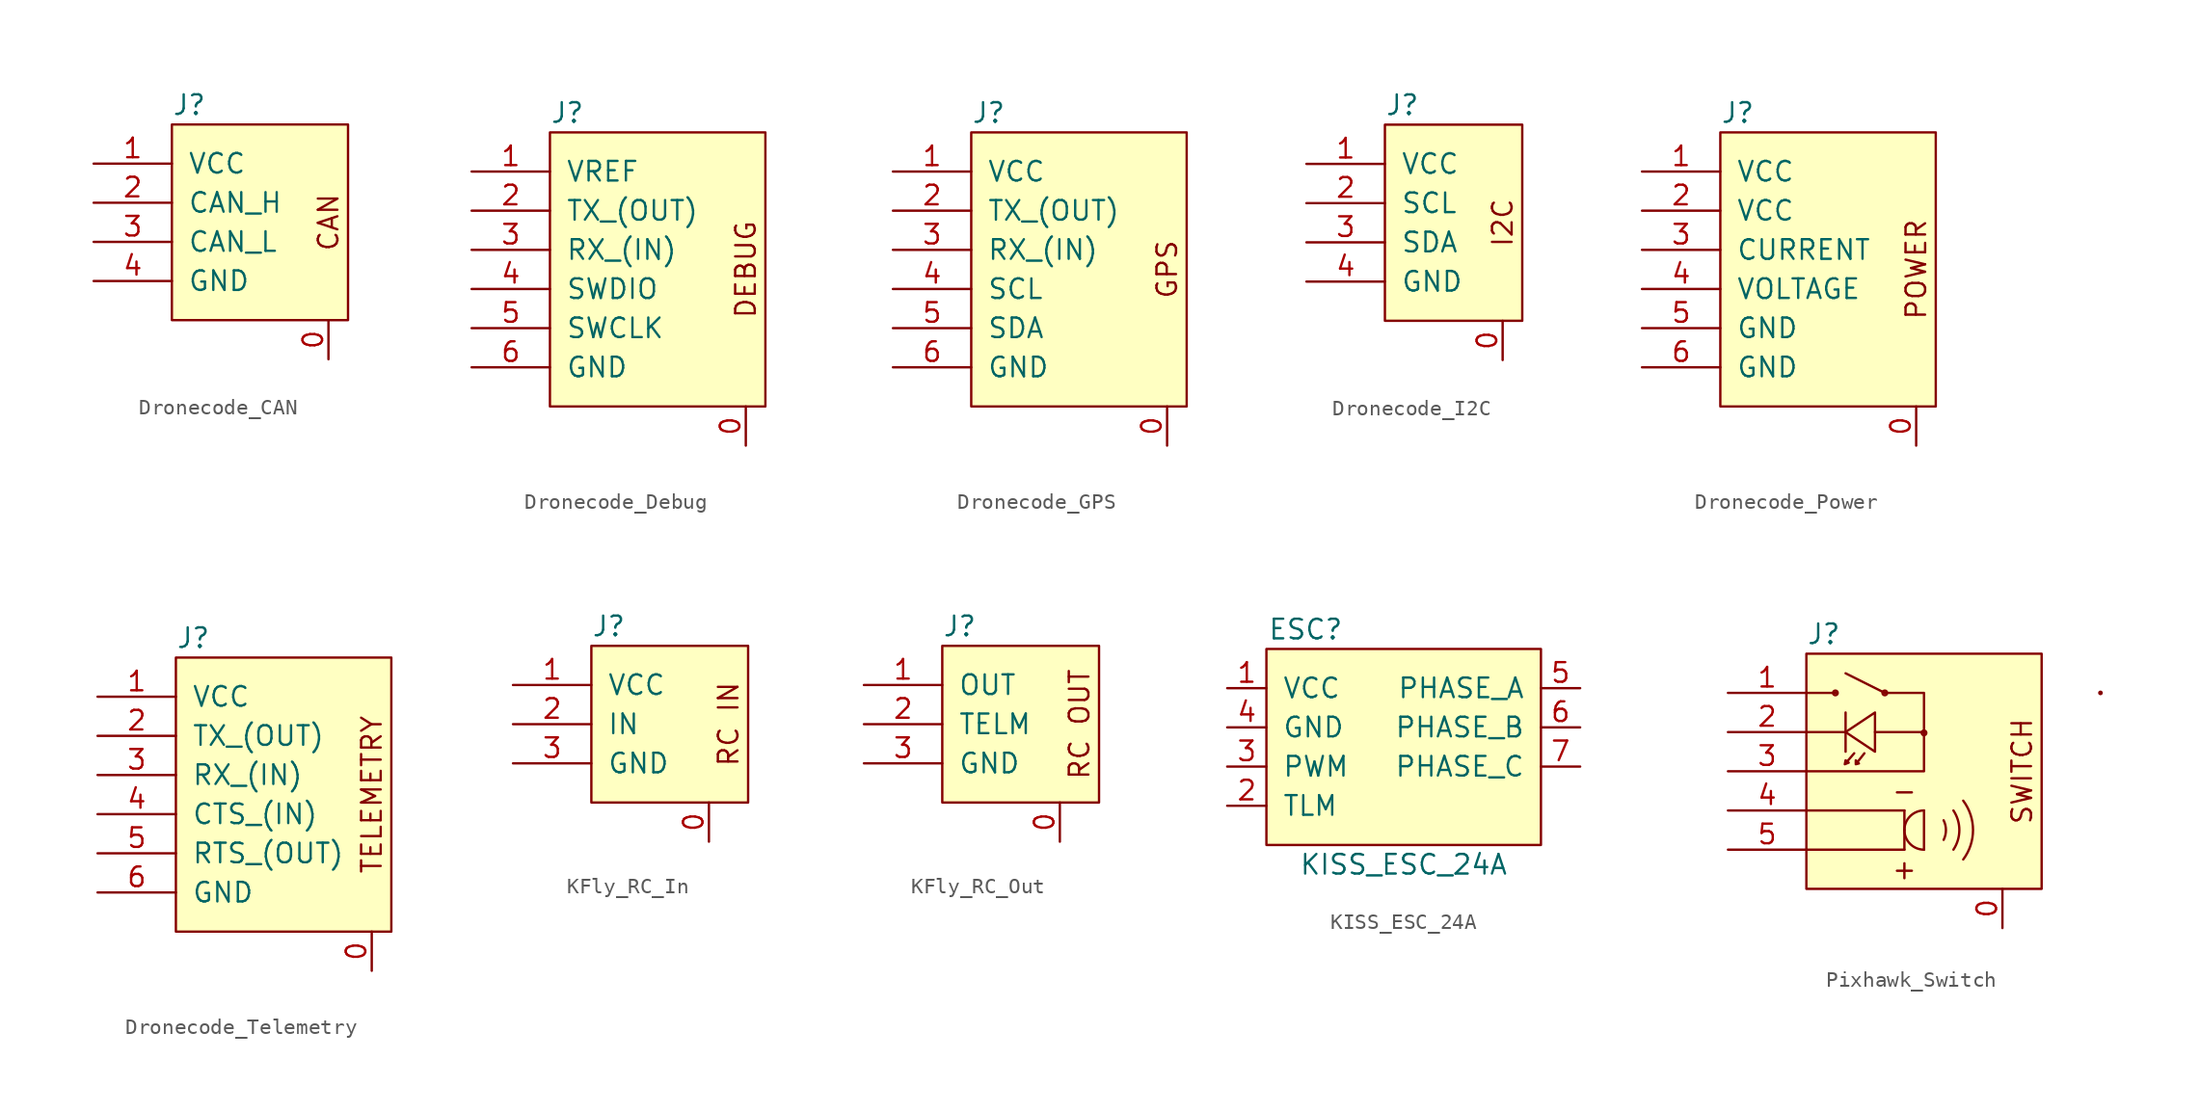
<source format=kicad_sym>
(kicad_symbol_lib
  (version 20211014)
  (generator kicad_symbol_editor)
  (symbol "Dronecode_CAN"
    (pin_names
      (offset 1.016))
    (property "Reference" "J"
      (at 0 1.27 0)
      (effects (font (size 1.27 1.27)) (justify left)))
    (symbol "Dronecode_CAN_0_0"
      (text "CAN" (at 10.16 -6.35 900) (effects (font (size 1.27 1.27)))))
    (symbol "Dronecode_CAN_0_1"
      (rectangle (start 0 0) (end 11.43 -12.7) (stroke (width 0) (type default) (color 0 0 0 0)) (fill (type background))))
    (symbol "Dronecode_CAN_1_1"
      (pin passive line (at 10.16 -15.24 90) (length 2.54) (name "~" (effects (font (size 1.27 1.27)))) (number "0" (effects (font (size 1.27 1.27)))))
      (pin power_in line (at -5.08 -2.54 0) (length 5.08) (name "VCC" (effects (font (size 1.27 1.27)))) (number "1" (effects (font (size 1.27 1.27)))))
      (pin bidirectional line (at -5.08 -5.08 0) (length 5.08) (name "CAN_H" (effects (font (size 1.27 1.27)))) (number "2" (effects (font (size 1.27 1.27)))))
      (pin bidirectional line (at -5.08 -7.62 0) (length 5.08) (name "CAN_L" (effects (font (size 1.27 1.27)))) (number "3" (effects (font (size 1.27 1.27)))))
      (pin power_in line (at -5.08 -10.16 0) (length 5.08) (name "GND" (effects (font (size 1.27 1.27)))) (number "4" (effects (font (size 1.27 1.27)))))))
  (symbol "Dronecode_Debug"
    (pin_names
      (offset 1.016))
    (property "Reference" "J"
      (at 0 1.27 0)
      (effects (font (size 1.27 1.27)) (justify left)))
    (symbol "Dronecode_Debug_1_0"
      (rectangle (start 0 0) (end 13.97 -17.78) (stroke (width 0) (type default) (color 0 0 0 0)) (fill (type background)))
      (text "DEBUG" (at 12.7 -8.89 900) (effects (font (size 1.27 1.27)))))
    (symbol "Dronecode_Debug_1_1"
      (pin passive line (at 12.7 -20.32 90) (length 2.54) (name "~" (effects (font (size 1.27 1.27)))) (number "0" (effects (font (size 1.27 1.27)))))
      (pin power_in line (at -5.08 -2.54 0) (length 5.08) (name "VREF" (effects (font (size 1.27 1.27)))) (number "1" (effects (font (size 1.27 1.27)))))
      (pin input line (at -5.08 -5.08 0) (length 5.08) (name "TX_(OUT)" (effects (font (size 1.27 1.27)))) (number "2" (effects (font (size 1.27 1.27)))))
      (pin output line (at -5.08 -7.62 0) (length 5.08) (name "RX_(IN)" (effects (font (size 1.27 1.27)))) (number "3" (effects (font (size 1.27 1.27)))))
      (pin bidirectional line (at -5.08 -10.16 0) (length 5.08) (name "SWDIO" (effects (font (size 1.27 1.27)))) (number "4" (effects (font (size 1.27 1.27)))))
      (pin output line (at -5.08 -12.7 0) (length 5.08) (name "SWCLK" (effects (font (size 1.27 1.27)))) (number "5" (effects (font (size 1.27 1.27)))))
      (pin power_in line (at -5.08 -15.24 0) (length 5.08) (name "GND" (effects (font (size 1.27 1.27)))) (number "6" (effects (font (size 1.27 1.27)))))))
  (symbol "Dronecode_GPS"
    (pin_names
      (offset 1.016))
    (property "Reference" "J"
      (at 0 1.27 0)
      (effects (font (size 1.27 1.27)) (justify left)))
    (symbol "Dronecode_GPS_0_0"
      (rectangle (start 0 0) (end 13.97 -17.78) (stroke (width 0) (type default) (color 0 0 0 0)) (fill (type background)))
      (text "GPS" (at 12.7 -8.89 900) (effects (font (size 1.27 1.27)))))
    (symbol "Dronecode_GPS_1_1"
      (pin passive line (at 12.7 -20.32 90) (length 2.54) (name "~" (effects (font (size 1.27 1.27)))) (number "0" (effects (font (size 1.27 1.27)))))
      (pin power_in line (at -5.08 -2.54 0) (length 5.08) (name "VCC" (effects (font (size 1.27 1.27)))) (number "1" (effects (font (size 1.27 1.27)))))
      (pin input line (at -5.08 -5.08 0) (length 5.08) (name "TX_(OUT)" (effects (font (size 1.27 1.27)))) (number "2" (effects (font (size 1.27 1.27)))))
      (pin output line (at -5.08 -7.62 0) (length 5.08) (name "RX_(IN)" (effects (font (size 1.27 1.27)))) (number "3" (effects (font (size 1.27 1.27)))))
      (pin input line (at -5.08 -10.16 0) (length 5.08) (name "SCL" (effects (font (size 1.27 1.27)))) (number "4" (effects (font (size 1.27 1.27)))))
      (pin bidirectional line (at -5.08 -12.7 0) (length 5.08) (name "SDA" (effects (font (size 1.27 1.27)))) (number "5" (effects (font (size 1.27 1.27)))))
      (pin power_in line (at -5.08 -15.24 0) (length 5.08) (name "GND" (effects (font (size 1.27 1.27)))) (number "6" (effects (font (size 1.27 1.27)))))))
  (symbol "Dronecode_I2C"
    (pin_names
      (offset 1.016))
    (property "Reference" "J"
      (at 0 1.27 0)
      (effects (font (size 1.27 1.27)) (justify left)))
    (symbol "Dronecode_I2C_1_0"
      (rectangle (start 0 0) (end 8.89 -12.7) (stroke (width 0) (type default) (color 0 0 0 0)) (fill (type background)))
      (text "I2C" (at 7.62 -6.35 900) (effects (font (size 1.27 1.27)))))
    (symbol "Dronecode_I2C_1_1"
      (pin passive line (at 7.62 -15.24 90) (length 2.54) (name "~" (effects (font (size 1.27 1.27)))) (number "0" (effects (font (size 1.27 1.27)))))
      (pin power_in line (at -5.08 -2.54 0) (length 5.08) (name "VCC" (effects (font (size 1.27 1.27)))) (number "1" (effects (font (size 1.27 1.27)))))
      (pin input line (at -5.08 -5.08 0) (length 5.08) (name "SCL" (effects (font (size 1.27 1.27)))) (number "2" (effects (font (size 1.27 1.27)))))
      (pin bidirectional line (at -5.08 -7.62 0) (length 5.08) (name "SDA" (effects (font (size 1.27 1.27)))) (number "3" (effects (font (size 1.27 1.27)))))
      (pin power_in line (at -5.08 -10.16 0) (length 5.08) (name "GND" (effects (font (size 1.27 1.27)))) (number "4" (effects (font (size 1.27 1.27)))))))
  (symbol "Dronecode_Power"
    (pin_names
      (offset 1.016))
    (property "Reference" "J"
      (at 0 1.27 0)
      (effects (font (size 1.27 1.27)) (justify left)))
    (symbol "Dronecode_Power_1_0"
      (rectangle (start 0 0) (end 13.97 -17.78) (stroke (width 0) (type default) (color 0 0 0 0)) (fill (type background)))
      (text "POWER" (at 12.7 -8.89 900) (effects (font (size 1.27 1.27)))))
    (symbol "Dronecode_Power_1_1"
      (pin passive line (at 12.7 -20.32 90) (length 2.54) (name "~" (effects (font (size 1.27 1.27)))) (number "0" (effects (font (size 1.27 1.27)))))
      (pin power_in line (at -5.08 -2.54 0) (length 5.08) (name "VCC" (effects (font (size 1.27 1.27)))) (number "1" (effects (font (size 1.27 1.27)))))
      (pin power_in line (at -5.08 -5.08 0) (length 5.08) (name "VCC" (effects (font (size 1.27 1.27)))) (number "2" (effects (font (size 1.27 1.27)))))
      (pin output line (at -5.08 -7.62 0) (length 5.08) (name "CURRENT" (effects (font (size 1.27 1.27)))) (number "3" (effects (font (size 1.27 1.27)))))
      (pin output line (at -5.08 -10.16 0) (length 5.08) (name "VOLTAGE" (effects (font (size 1.27 1.27)))) (number "4" (effects (font (size 1.27 1.27)))))
      (pin power_in line (at -5.08 -12.7 0) (length 5.08) (name "GND" (effects (font (size 1.27 1.27)))) (number "5" (effects (font (size 1.27 1.27)))))
      (pin power_in line (at -5.08 -15.24 0) (length 5.08) (name "GND" (effects (font (size 1.27 1.27)))) (number "6" (effects (font (size 1.27 1.27)))))))
  (symbol "Dronecode_Telemetry"
    (pin_names
      (offset 1.016))
    (property "Reference" "J"
      (at 0 1.27 0)
      (effects (font (size 1.27 1.27)) (justify left)))
    (symbol "Dronecode_Telemetry_1_0"
      (rectangle (start 0 0) (end 13.97 -17.78) (stroke (width 0) (type default) (color 0 0 0 0)) (fill (type background)))
      (text "TELEMETRY" (at 12.7 -8.89 900) (effects (font (size 1.27 1.27)))))
    (symbol "Dronecode_Telemetry_1_1"
      (pin passive line (at 12.7 -20.32 90) (length 2.54) (name "~" (effects (font (size 1.27 1.27)))) (number "0" (effects (font (size 1.27 1.27)))))
      (pin power_in line (at -5.08 -2.54 0) (length 5.08) (name "VCC" (effects (font (size 1.27 1.27)))) (number "1" (effects (font (size 1.27 1.27)))))
      (pin input line (at -5.08 -5.08 0) (length 5.08) (name "TX_(OUT)" (effects (font (size 1.27 1.27)))) (number "2" (effects (font (size 1.27 1.27)))))
      (pin output line (at -5.08 -7.62 0) (length 5.08) (name "RX_(IN)" (effects (font (size 1.27 1.27)))) (number "3" (effects (font (size 1.27 1.27)))))
      (pin output line (at -5.08 -10.16 0) (length 5.08) (name "CTS_(IN)" (effects (font (size 1.27 1.27)))) (number "4" (effects (font (size 1.27 1.27)))))
      (pin input line (at -5.08 -12.7 0) (length 5.08) (name "RTS_(OUT)" (effects (font (size 1.27 1.27)))) (number "5" (effects (font (size 1.27 1.27)))))
      (pin power_in line (at -5.08 -15.24 0) (length 5.08) (name "GND" (effects (font (size 1.27 1.27)))) (number "6" (effects (font (size 1.27 1.27)))))))
  (symbol "KFly_RC_In"
    (pin_names
      (offset 1.016))
    (property "Reference" "J"
      (at 0 1.27 0)
      (effects (font (size 1.27 1.27)) (justify left)))
    (symbol "KFly_RC_In_1_0"
      (rectangle (start 0 0) (end 10.16 -10.16) (stroke (width 0) (type default) (color 0 0 0 0)) (fill (type background)))
      (text "RC IN" (at 8.89 -5.08 900) (effects (font (size 1.27 1.27)))))
    (symbol "KFly_RC_In_1_1"
      (pin passive line (at 7.62 -12.7 90) (length 2.54) (name "~" (effects (font (size 1.27 1.27)))) (number "0" (effects (font (size 1.27 1.27)))))
      (pin power_in line (at -5.08 -2.54 0) (length 5.08) (name "VCC" (effects (font (size 1.27 1.27)))) (number "1" (effects (font (size 1.27 1.27)))))
      (pin output line (at -5.08 -5.08 0) (length 5.08) (name "IN" (effects (font (size 1.27 1.27)))) (number "2" (effects (font (size 1.27 1.27)))))
      (pin power_in line (at -5.08 -7.62 0) (length 5.08) (name "GND" (effects (font (size 1.27 1.27)))) (number "3" (effects (font (size 1.27 1.27)))))))
  (symbol "KFly_RC_Out"
    (pin_names
      (offset 1.016))
    (property "Reference" "J"
      (at 0 1.27 0)
      (effects (font (size 1.27 1.27)) (justify left)))
    (symbol "KFly_RC_Out_1_0"
      (rectangle (start 0 0) (end 10.16 -10.16) (stroke (width 0) (type default) (color 0 0 0 0)) (fill (type background)))
      (text "RC OUT" (at 8.89 -5.08 900) (effects (font (size 1.27 1.27)))))
    (symbol "KFly_RC_Out_1_1"
      (pin passive line (at 7.62 -12.7 90) (length 2.54) (name "~" (effects (font (size 1.27 1.27)))) (number "0" (effects (font (size 1.27 1.27)))))
      (pin input line (at -5.08 -2.54 0) (length 5.08) (name "OUT" (effects (font (size 1.27 1.27)))) (number "1" (effects (font (size 1.27 1.27)))))
      (pin passive line (at -5.08 -5.08 0) (length 5.08) (name "TELM" (effects (font (size 1.27 1.27)))) (number "2" (effects (font (size 1.27 1.27)))))
      (pin power_in line (at -5.08 -7.62 0) (length 5.08) (name "GND" (effects (font (size 1.27 1.27)))) (number "3" (effects (font (size 1.27 1.27)))))))
  (symbol "KISS_ESC_24A"
    (pin_names
      (offset 1.016))
    (property "Reference" "ESC"
      (at 2.54 1.27 0)
      (effects (font (size 1.27 1.27))))
    (property "Value" "KISS_ESC_24A"
      (at 8.89 -13.97 0)
      (effects (font (size 1.27 1.27))))
    (symbol "KISS_ESC_24A_0_1"
      (rectangle (start 0 0) (end 17.78 -12.7) (stroke (width 0) (type default) (color 0 0 0 0)) (fill (type background))))
    (symbol "KISS_ESC_24A_1_1"
      (pin power_in line (at -2.54 -2.54 0) (length 2.54) (name "VCC" (effects (font (size 1.27 1.27)))) (number "1" (effects (font (size 1.27 1.27)))))
      (pin open_collector line (at -2.54 -10.16 0) (length 2.54) (name "TLM" (effects (font (size 1.27 1.27)))) (number "2" (effects (font (size 1.27 1.27)))))
      (pin input line (at -2.54 -7.62 0) (length 2.54) (name "PWM" (effects (font (size 1.27 1.27)))) (number "3" (effects (font (size 1.27 1.27)))))
      (pin power_in line (at -2.54 -5.08 0) (length 2.54) (name "GND" (effects (font (size 1.27 1.27)))) (number "4" (effects (font (size 1.27 1.27)))))
      (pin output line (at 20.32 -2.54 180) (length 2.54) (name "PHASE_A" (effects (font (size 1.27 1.27)))) (number "5" (effects (font (size 1.27 1.27)))))
      (pin output line (at 20.32 -5.08 180) (length 2.54) (name "PHASE_B" (effects (font (size 1.27 1.27)))) (number "6" (effects (font (size 1.27 1.27)))))
      (pin output line (at 20.32 -7.62 180) (length 2.54) (name "PHASE_C" (effects (font (size 1.27 1.27)))) (number "7" (effects (font (size 1.27 1.27)))))))
  (symbol "Pixhawk_Switch"
    (pin_names
      (offset 1.016))
    (property "Reference" "J"
      (at 0 1.27 0)
      (effects (font (size 1.27 1.27)) (justify left)))
    (symbol "Pixhawk_Switch_0_0"
      (polyline (pts (xy 0 -2.54) (xy 1.905 -2.54)) (stroke (width 0) (type default) (color 0 0 0 0)) (fill (type none)))
      (polyline (pts (xy 2.54 -5.08) (xy 0 -5.08)) (stroke (width 0) (type default) (color 0 0 0 0)) (fill (type none)))
      (polyline (pts (xy 2.54 -3.81) (xy 2.54 -6.35)) (stroke (width 0) (type default) (color 0 0 0 0)) (fill (type none)))
      (polyline (pts (xy 5.08 -2.54) (xy 2.54 -1.27)) (stroke (width 0) (type default) (color 0 0 0 0)) (fill (type none)))
      (polyline (pts (xy 0 -7.62) (xy 7.62 -7.62) (xy 7.62 -5.08)) (stroke (width 0) (type default) (color 0 0 0 0)) (fill (type none)))
      (polyline (pts (xy 2.54 -5.08) (xy 4.445 -3.81) (xy 4.445 -6.35) (xy 2.54 -5.08)) (stroke (width 0) (type default) (color 0 0 0 0)) (fill (type none)))
      (polyline (pts (xy 5.08 -2.54) (xy 7.62 -2.54) (xy 7.62 -5.08) (xy 4.445 -5.08)) (stroke (width 0) (type default) (color 0 0 0 0)) (fill (type none)))
      (polyline (pts (xy 3.099 -6.452) (xy 2.489 -7.163) (xy 2.743 -7.061) (xy 2.54 -6.909) (xy 2.489 -7.163)) (stroke (width 0) (type default) (color 0 0 0 0)) (fill (type none)))
      (polyline (pts (xy 3.759 -6.452) (xy 3.2 -7.163) (xy 3.2 -6.909) (xy 3.404 -7.112) (xy 3.2 -7.163)) (stroke (width 0) (type default) (color 0 0 0 0)) (fill (type none)))
      (rectangle (start 0 0) (end 15.24 -15.24) (stroke (width 0) (type default) (color 0 0 0 0)) (fill (type background)))
      (circle (center 1.88 -2.54) (radius 0.152) (stroke (width 0) (type default) (color 0 0 0 0)) (fill (type none)))
      (circle (center 5.08 -2.54) (radius 0.152) (stroke (width 0) (type default) (color 0 0 0 0)) (fill (type none)))
      (circle (center 7.62 -5.131) (radius 0.152) (stroke (width 0) (type default) (color 0 0 0 0)) (fill (type none)))
      (arc (start 8.89 -12.065) (mid 9.0399 -11.43) (end 8.89 -10.795) (stroke (width 0) (type default) (color 0 0 0 0)) (fill (type none)))
      (arc (start 9.525 -12.7) (mid 9.9095 -11.43) (end 9.525 -10.16) (stroke (width 0) (type default) (color 0 0 0 0)) (fill (type none)))
      (arc (start 10.16 -13.335) (mid 10.795 -11.43) (end 10.16 -9.525) (stroke (width 0) (type default) (color 0 0 0 0)) (fill (type none)))
      (circle (center 19.05 -2.54) (radius 0.0001) (stroke (width 0) (type default) (color 0 0 0 0)) (fill (type none)))
      (text "+" (at 6.35 -13.97 0) (effects (font (size 1.27 1.27))))
      (text "-" (at 6.35 -8.89 0) (effects (font (size 1.27 1.27)))))
    (symbol "Pixhawk_Switch_0_1"
      (polyline (pts (xy 0 -12.7) (xy 6.35 -12.7)) (stroke (width 0) (type default) (color 0 0 0 0)) (fill (type none)))
      (polyline (pts (xy 0 -10.16) (xy 6.35 -10.16)) (stroke (width 0) (type default) (color 0 0 0 0)) (fill (type none)))
      (polyline (pts (xy 6.35 -12.7) (xy 6.35 -11.43)) (stroke (width 0) (type default) (color 0 0 0 0)) (fill (type none)))
      (polyline (pts (xy 6.35 -10.16) (xy 6.35 -11.43)) (stroke (width 0) (type default) (color 0 0 0 0)) (fill (type none)))
      (polyline (pts (xy 7.62 -10.16) (xy 7.62 -12.7)) (stroke (width 0) (type default) (color 0 0 0 0)) (fill (type none)))
      (arc (start 7.62 -10.16) (mid 6.35 -11.43) (end 7.62 -12.7) (stroke (width 0) (type default) (color 0 0 0 0)) (fill (type none))))
    (symbol "Pixhawk_Switch_1_0"
      (text "SWITCH" (at 13.97 -7.62 900) (effects (font (size 1.27 1.27)))))
    (symbol "Pixhawk_Switch_1_1"
      (pin passive line (at 12.7 -17.78 90) (length 2.54) (name "~" (effects (font (size 1.27 1.27)))) (number "0" (effects (font (size 1.27 1.27)))))
      (pin passive line (at -5.08 -2.54 0) (length 5.08) (name "~" (effects (font (size 1.27 1.27)))) (number "1" (effects (font (size 1.27 1.27)))))
      (pin passive line (at -5.08 -5.08 0) (length 5.08) (name "~" (effects (font (size 1.27 1.27)))) (number "2" (effects (font (size 1.27 1.27)))))
      (pin power_in line (at -5.08 -7.62 0) (length 5.08) (name "~" (effects (font (size 1.27 1.27)))) (number "3" (effects (font (size 1.27 1.27)))))
      (pin passive line (at -5.08 -10.16 0) (length 5.08) (name "~" (effects (font (size 1.27 1.27)))) (number "4" (effects (font (size 1.27 1.27)))))
      (pin passive line (at -5.08 -12.7 0) (length 5.08) (name "~" (effects (font (size 1.27 1.27)))) (number "5" (effects (font (size 1.27 1.27))))))))
</source>
